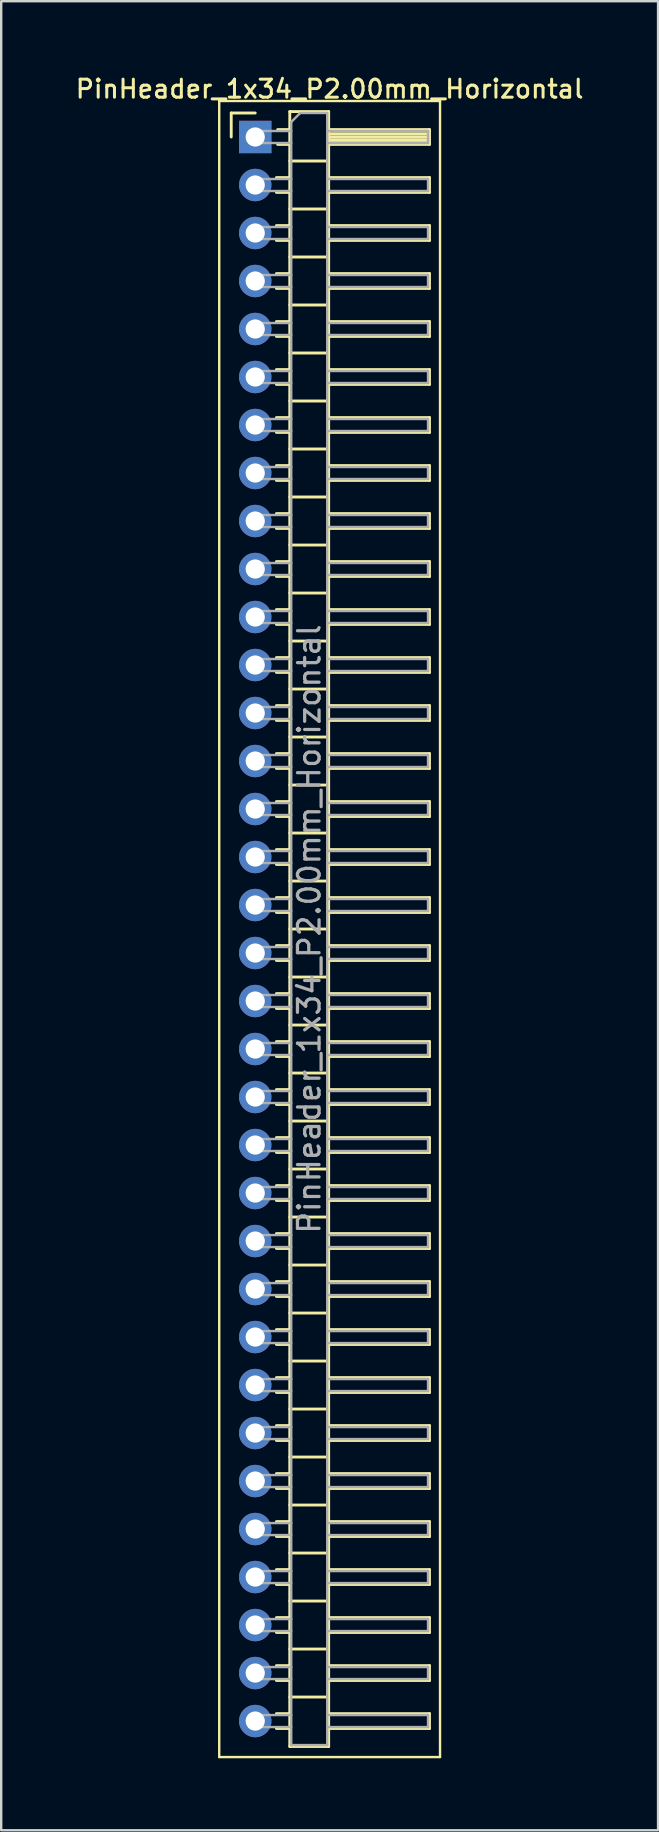
<source format=kicad_pcb>
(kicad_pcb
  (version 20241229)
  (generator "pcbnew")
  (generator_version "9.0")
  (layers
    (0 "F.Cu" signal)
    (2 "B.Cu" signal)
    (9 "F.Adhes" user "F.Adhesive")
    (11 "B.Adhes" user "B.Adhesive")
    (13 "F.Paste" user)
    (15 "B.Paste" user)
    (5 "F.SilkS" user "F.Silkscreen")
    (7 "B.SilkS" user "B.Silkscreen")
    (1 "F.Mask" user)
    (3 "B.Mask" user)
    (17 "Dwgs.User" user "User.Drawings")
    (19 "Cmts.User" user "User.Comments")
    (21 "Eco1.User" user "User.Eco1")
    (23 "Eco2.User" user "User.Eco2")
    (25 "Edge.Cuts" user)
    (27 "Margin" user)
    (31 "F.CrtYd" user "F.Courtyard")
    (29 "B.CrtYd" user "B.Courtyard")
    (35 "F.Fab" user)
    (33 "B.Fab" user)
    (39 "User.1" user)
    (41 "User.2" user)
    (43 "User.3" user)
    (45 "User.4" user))
  (footprint "PinHeader_1x34_P2.00mm_Horizontal"
    (layer "F.Cu")
    (at 7.584 2.658)
    (property "Reference" "PinHeader_1x34_P2.00mm_Horizontal" (at 3.1 -2 0) (layer "F.SilkS") (effects (font (size 0.75 0.75) (thickness 0.125))))
    (attr through_hole)
    (fp_line (start -1.5 -1.5) (end -1.5 67.5) (stroke (width 0.1) (type solid)) (layer "F.SilkS"))
    (fp_line (start -1.5 67.5) (end 7.7 67.5) (stroke (width 0.1) (type solid)) (layer "F.SilkS"))
    (fp_line (start -1 -1) (end 0 -1) (stroke (width 0.12) (type solid)) (layer "F.SilkS"))
    (fp_line (start -1 0) (end -1 -1) (stroke (width 0.12) (type solid)) (layer "F.SilkS"))
    (fp_line (start 0.882 1.69) (end 1.44 1.69) (stroke (width 0.12) (type solid)) (layer "F.SilkS"))
    (fp_line (start 0.882 2.31) (end 1.44 2.31) (stroke (width 0.12) (type solid)) (layer "F.SilkS"))
    (fp_line (start 0.882 3.69) (end 1.44 3.69) (stroke (width 0.12) (type solid)) (layer "F.SilkS"))
    (fp_line (start 0.882 4.31) (end 1.44 4.31) (stroke (width 0.12) (type solid)) (layer "F.SilkS"))
    (fp_line (start 0.882 5.69) (end 1.44 5.69) (stroke (width 0.12) (type solid)) (layer "F.SilkS"))
    (fp_line (start 0.882 6.31) (end 1.44 6.31) (stroke (width 0.12) (type solid)) (layer "F.SilkS"))
    (fp_line (start 0.882 7.69) (end 1.44 7.69) (stroke (width 0.12) (type solid)) (layer "F.SilkS"))
    (fp_line (start 0.882 8.31) (end 1.44 8.31) (stroke (width 0.12) (type solid)) (layer "F.SilkS"))
    (fp_line (start 0.882 9.69) (end 1.44 9.69) (stroke (width 0.12) (type solid)) (layer "F.SilkS"))
    (fp_line (start 0.882 10.31) (end 1.44 10.31) (stroke (width 0.12) (type solid)) (layer "F.SilkS"))
    (fp_line (start 0.882 11.69) (end 1.44 11.69) (stroke (width 0.12) (type solid)) (layer "F.SilkS"))
    (fp_line (start 0.882 12.31) (end 1.44 12.31) (stroke (width 0.12) (type solid)) (layer "F.SilkS"))
    (fp_line (start 0.882 13.69) (end 1.44 13.69) (stroke (width 0.12) (type solid)) (layer "F.SilkS"))
    (fp_line (start 0.882 14.31) (end 1.44 14.31) (stroke (width 0.12) (type solid)) (layer "F.SilkS"))
    (fp_line (start 0.882 15.69) (end 1.44 15.69) (stroke (width 0.12) (type solid)) (layer "F.SilkS"))
    (fp_line (start 0.882 16.31) (end 1.44 16.31) (stroke (width 0.12) (type solid)) (layer "F.SilkS"))
    (fp_line (start 0.882 17.69) (end 1.44 17.69) (stroke (width 0.12) (type solid)) (layer "F.SilkS"))
    (fp_line (start 0.882 18.31) (end 1.44 18.31) (stroke (width 0.12) (type solid)) (layer "F.SilkS"))
    (fp_line (start 0.882 19.69) (end 1.44 19.69) (stroke (width 0.12) (type solid)) (layer "F.SilkS"))
    (fp_line (start 0.882 20.31) (end 1.44 20.31) (stroke (width 0.12) (type solid)) (layer "F.SilkS"))
    (fp_line (start 0.882 21.69) (end 1.44 21.69) (stroke (width 0.12) (type solid)) (layer "F.SilkS"))
    (fp_line (start 0.882 22.31) (end 1.44 22.31) (stroke (width 0.12) (type solid)) (layer "F.SilkS"))
    (fp_line (start 0.882 23.69) (end 1.44 23.69) (stroke (width 0.12) (type solid)) (layer "F.SilkS"))
    (fp_line (start 0.882 24.31) (end 1.44 24.31) (stroke (width 0.12) (type solid)) (layer "F.SilkS"))
    (fp_line (start 0.882 25.69) (end 1.44 25.69) (stroke (width 0.12) (type solid)) (layer "F.SilkS"))
    (fp_line (start 0.882 26.31) (end 1.44 26.31) (stroke (width 0.12) (type solid)) (layer "F.SilkS"))
    (fp_line (start 0.882 27.69) (end 1.44 27.69) (stroke (width 0.12) (type solid)) (layer "F.SilkS"))
    (fp_line (start 0.882 28.31) (end 1.44 28.31) (stroke (width 0.12) (type solid)) (layer "F.SilkS"))
    (fp_line (start 0.882 29.69) (end 1.44 29.69) (stroke (width 0.12) (type solid)) (layer "F.SilkS"))
    (fp_line (start 0.882 30.31) (end 1.44 30.31) (stroke (width 0.12) (type solid)) (layer "F.SilkS"))
    (fp_line (start 0.882 31.69) (end 1.44 31.69) (stroke (width 0.12) (type solid)) (layer "F.SilkS"))
    (fp_line (start 0.882 32.31) (end 1.44 32.31) (stroke (width 0.12) (type solid)) (layer "F.SilkS"))
    (fp_line (start 0.882 33.69) (end 1.44 33.69) (stroke (width 0.12) (type solid)) (layer "F.SilkS"))
    (fp_line (start 0.882 34.31) (end 1.44 34.31) (stroke (width 0.12) (type solid)) (layer "F.SilkS"))
    (fp_line (start 0.882 35.69) (end 1.44 35.69) (stroke (width 0.12) (type solid)) (layer "F.SilkS"))
    (fp_line (start 0.882 36.31) (end 1.44 36.31) (stroke (width 0.12) (type solid)) (layer "F.SilkS"))
    (fp_line (start 0.882 37.69) (end 1.44 37.69) (stroke (width 0.12) (type solid)) (layer "F.SilkS"))
    (fp_line (start 0.882 38.31) (end 1.44 38.31) (stroke (width 0.12) (type solid)) (layer "F.SilkS"))
    (fp_line (start 0.882 39.69) (end 1.44 39.69) (stroke (width 0.12) (type solid)) (layer "F.SilkS"))
    (fp_line (start 0.882 40.31) (end 1.44 40.31) (stroke (width 0.12) (type solid)) (layer "F.SilkS"))
    (fp_line (start 0.882 41.69) (end 1.44 41.69) (stroke (width 0.12) (type solid)) (layer "F.SilkS"))
    (fp_line (start 0.882 42.31) (end 1.44 42.31) (stroke (width 0.12) (type solid)) (layer "F.SilkS"))
    (fp_line (start 0.882 43.69) (end 1.44 43.69) (stroke (width 0.12) (type solid)) (layer "F.SilkS"))
    (fp_line (start 0.882 44.31) (end 1.44 44.31) (stroke (width 0.12) (type solid)) (layer "F.SilkS"))
    (fp_line (start 0.882 45.69) (end 1.44 45.69) (stroke (width 0.12) (type solid)) (layer "F.SilkS"))
    (fp_line (start 0.882 46.31) (end 1.44 46.31) (stroke (width 0.12) (type solid)) (layer "F.SilkS"))
    (fp_line (start 0.882 47.69) (end 1.44 47.69) (stroke (width 0.12) (type solid)) (layer "F.SilkS"))
    (fp_line (start 0.882 48.31) (end 1.44 48.31) (stroke (width 0.12) (type solid)) (layer "F.SilkS"))
    (fp_line (start 0.882 49.69) (end 1.44 49.69) (stroke (width 0.12) (type solid)) (layer "F.SilkS"))
    (fp_line (start 0.882 50.31) (end 1.44 50.31) (stroke (width 0.12) (type solid)) (layer "F.SilkS"))
    (fp_line (start 0.882 51.69) (end 1.44 51.69) (stroke (width 0.12) (type solid)) (layer "F.SilkS"))
    (fp_line (start 0.882 52.31) (end 1.44 52.31) (stroke (width 0.12) (type solid)) (layer "F.SilkS"))
    (fp_line (start 0.882 53.69) (end 1.44 53.69) (stroke (width 0.12) (type solid)) (layer "F.SilkS"))
    (fp_line (start 0.882 54.31) (end 1.44 54.31) (stroke (width 0.12) (type solid)) (layer "F.SilkS"))
    (fp_line (start 0.882 55.69) (end 1.44 55.69) (stroke (width 0.12) (type solid)) (layer "F.SilkS"))
    (fp_line (start 0.882 56.31) (end 1.44 56.31) (stroke (width 0.12) (type solid)) (layer "F.SilkS"))
    (fp_line (start 0.882 57.69) (end 1.44 57.69) (stroke (width 0.12) (type solid)) (layer "F.SilkS"))
    (fp_line (start 0.882 58.31) (end 1.44 58.31) (stroke (width 0.12) (type solid)) (layer "F.SilkS"))
    (fp_line (start 0.882 59.69) (end 1.44 59.69) (stroke (width 0.12) (type solid)) (layer "F.SilkS"))
    (fp_line (start 0.882 60.31) (end 1.44 60.31) (stroke (width 0.12) (type solid)) (layer "F.SilkS"))
    (fp_line (start 0.882 61.69) (end 1.44 61.69) (stroke (width 0.12) (type solid)) (layer "F.SilkS"))
    (fp_line (start 0.882 62.31) (end 1.44 62.31) (stroke (width 0.12) (type solid)) (layer "F.SilkS"))
    (fp_line (start 0.882 63.69) (end 1.44 63.69) (stroke (width 0.12) (type solid)) (layer "F.SilkS"))
    (fp_line (start 0.882 64.31) (end 1.44 64.31) (stroke (width 0.12) (type solid)) (layer "F.SilkS"))
    (fp_line (start 0.882 65.69) (end 1.44 65.69) (stroke (width 0.12) (type solid)) (layer "F.SilkS"))
    (fp_line (start 0.882 66.31) (end 1.44 66.31) (stroke (width 0.12) (type solid)) (layer "F.SilkS"))
    (fp_line (start 0.935 -0.31) (end 1.44 -0.31) (stroke (width 0.12) (type solid)) (layer "F.SilkS"))
    (fp_line (start 0.935 0.31) (end 1.44 0.31) (stroke (width 0.12) (type solid)) (layer "F.SilkS"))
    (fp_line (start 1.44 -1.06) (end 1.44 67.06) (stroke (width 0.12) (type solid)) (layer "F.SilkS"))
    (fp_line (start 1.44 1) (end 3.06 1) (stroke (width 0.12) (type solid)) (layer "F.SilkS"))
    (fp_line (start 1.44 3) (end 3.06 3) (stroke (width 0.12) (type solid)) (layer "F.SilkS"))
    (fp_line (start 1.44 5) (end 3.06 5) (stroke (width 0.12) (type solid)) (layer "F.SilkS"))
    (fp_line (start 1.44 7) (end 3.06 7) (stroke (width 0.12) (type solid)) (layer "F.SilkS"))
    (fp_line (start 1.44 9) (end 3.06 9) (stroke (width 0.12) (type solid)) (layer "F.SilkS"))
    (fp_line (start 1.44 11) (end 3.06 11) (stroke (width 0.12) (type solid)) (layer "F.SilkS"))
    (fp_line (start 1.44 13) (end 3.06 13) (stroke (width 0.12) (type solid)) (layer "F.SilkS"))
    (fp_line (start 1.44 15) (end 3.06 15) (stroke (width 0.12) (type solid)) (layer "F.SilkS"))
    (fp_line (start 1.44 17) (end 3.06 17) (stroke (width 0.12) (type solid)) (layer "F.SilkS"))
    (fp_line (start 1.44 19) (end 3.06 19) (stroke (width 0.12) (type solid)) (layer "F.SilkS"))
    (fp_line (start 1.44 21) (end 3.06 21) (stroke (width 0.12) (type solid)) (layer "F.SilkS"))
    (fp_line (start 1.44 23) (end 3.06 23) (stroke (width 0.12) (type solid)) (layer "F.SilkS"))
    (fp_line (start 1.44 25) (end 3.06 25) (stroke (width 0.12) (type solid)) (layer "F.SilkS"))
    (fp_line (start 1.44 27) (end 3.06 27) (stroke (width 0.12) (type solid)) (layer "F.SilkS"))
    (fp_line (start 1.44 29) (end 3.06 29) (stroke (width 0.12) (type solid)) (layer "F.SilkS"))
    (fp_line (start 1.44 31) (end 3.06 31) (stroke (width 0.12) (type solid)) (layer "F.SilkS"))
    (fp_line (start 1.44 33) (end 3.06 33) (stroke (width 0.12) (type solid)) (layer "F.SilkS"))
    (fp_line (start 1.44 35) (end 3.06 35) (stroke (width 0.12) (type solid)) (layer "F.SilkS"))
    (fp_line (start 1.44 37) (end 3.06 37) (stroke (width 0.12) (type solid)) (layer "F.SilkS"))
    (fp_line (start 1.44 39) (end 3.06 39) (stroke (width 0.12) (type solid)) (layer "F.SilkS"))
    (fp_line (start 1.44 41) (end 3.06 41) (stroke (width 0.12) (type solid)) (layer "F.SilkS"))
    (fp_line (start 1.44 43) (end 3.06 43) (stroke (width 0.12) (type solid)) (layer "F.SilkS"))
    (fp_line (start 1.44 45) (end 3.06 45) (stroke (width 0.12) (type solid)) (layer "F.SilkS"))
    (fp_line (start 1.44 47) (end 3.06 47) (stroke (width 0.12) (type solid)) (layer "F.SilkS"))
    (fp_line (start 1.44 49) (end 3.06 49) (stroke (width 0.12) (type solid)) (layer "F.SilkS"))
    (fp_line (start 1.44 51) (end 3.06 51) (stroke (width 0.12) (type solid)) (layer "F.SilkS"))
    (fp_line (start 1.44 53) (end 3.06 53) (stroke (width 0.12) (type solid)) (layer "F.SilkS"))
    (fp_line (start 1.44 55) (end 3.06 55) (stroke (width 0.12) (type solid)) (layer "F.SilkS"))
    (fp_line (start 1.44 57) (end 3.06 57) (stroke (width 0.12) (type solid)) (layer "F.SilkS"))
    (fp_line (start 1.44 59) (end 3.06 59) (stroke (width 0.12) (type solid)) (layer "F.SilkS"))
    (fp_line (start 1.44 61) (end 3.06 61) (stroke (width 0.12) (type solid)) (layer "F.SilkS"))
    (fp_line (start 1.44 63) (end 3.06 63) (stroke (width 0.12) (type solid)) (layer "F.SilkS"))
    (fp_line (start 1.44 65) (end 3.06 65) (stroke (width 0.12) (type solid)) (layer "F.SilkS"))
    (fp_line (start 1.44 67.06) (end 3.06 67.06) (stroke (width 0.12) (type solid)) (layer "F.SilkS"))
    (fp_line (start 3.06 -1.06) (end 1.44 -1.06) (stroke (width 0.12) (type solid)) (layer "F.SilkS"))
    (fp_line (start 3.06 -0.31) (end 7.26 -0.31) (stroke (width 0.12) (type solid)) (layer "F.SilkS"))
    (fp_line (start 3.06 -0.25) (end 7.26 -0.25) (stroke (width 0.12) (type solid)) (layer "F.SilkS"))
    (fp_line (start 3.06 -0.13) (end 7.26 -0.13) (stroke (width 0.12) (type solid)) (layer "F.SilkS"))
    (fp_line (start 3.06 -0.01) (end 7.26 -0.01) (stroke (width 0.12) (type solid)) (layer "F.SilkS"))
    (fp_line (start 3.06 0.11) (end 7.26 0.11) (stroke (width 0.12) (type solid)) (layer "F.SilkS"))
    (fp_line (start 3.06 0.23) (end 7.26 0.23) (stroke (width 0.12) (type solid)) (layer "F.SilkS"))
    (fp_line (start 3.06 1.69) (end 7.26 1.69) (stroke (width 0.12) (type solid)) (layer "F.SilkS"))
    (fp_line (start 3.06 3.69) (end 7.26 3.69) (stroke (width 0.12) (type solid)) (layer "F.SilkS"))
    (fp_line (start 3.06 5.69) (end 7.26 5.69) (stroke (width 0.12) (type solid)) (layer "F.SilkS"))
    (fp_line (start 3.06 7.69) (end 7.26 7.69) (stroke (width 0.12) (type solid)) (layer "F.SilkS"))
    (fp_line (start 3.06 9.69) (end 7.26 9.69) (stroke (width 0.12) (type solid)) (layer "F.SilkS"))
    (fp_line (start 3.06 11.69) (end 7.26 11.69) (stroke (width 0.12) (type solid)) (layer "F.SilkS"))
    (fp_line (start 3.06 13.69) (end 7.26 13.69) (stroke (width 0.12) (type solid)) (layer "F.SilkS"))
    (fp_line (start 3.06 15.69) (end 7.26 15.69) (stroke (width 0.12) (type solid)) (layer "F.SilkS"))
    (fp_line (start 3.06 17.69) (end 7.26 17.69) (stroke (width 0.12) (type solid)) (layer "F.SilkS"))
    (fp_line (start 3.06 19.69) (end 7.26 19.69) (stroke (width 0.12) (type solid)) (layer "F.SilkS"))
    (fp_line (start 3.06 21.69) (end 7.26 21.69) (stroke (width 0.12) (type solid)) (layer "F.SilkS"))
    (fp_line (start 3.06 23.69) (end 7.26 23.69) (stroke (width 0.12) (type solid)) (layer "F.SilkS"))
    (fp_line (start 3.06 25.69) (end 7.26 25.69) (stroke (width 0.12) (type solid)) (layer "F.SilkS"))
    (fp_line (start 3.06 27.69) (end 7.26 27.69) (stroke (width 0.12) (type solid)) (layer "F.SilkS"))
    (fp_line (start 3.06 29.69) (end 7.26 29.69) (stroke (width 0.12) (type solid)) (layer "F.SilkS"))
    (fp_line (start 3.06 31.69) (end 7.26 31.69) (stroke (width 0.12) (type solid)) (layer "F.SilkS"))
    (fp_line (start 3.06 33.69) (end 7.26 33.69) (stroke (width 0.12) (type solid)) (layer "F.SilkS"))
    (fp_line (start 3.06 35.69) (end 7.26 35.69) (stroke (width 0.12) (type solid)) (layer "F.SilkS"))
    (fp_line (start 3.06 37.69) (end 7.26 37.69) (stroke (width 0.12) (type solid)) (layer "F.SilkS"))
    (fp_line (start 3.06 39.69) (end 7.26 39.69) (stroke (width 0.12) (type solid)) (layer "F.SilkS"))
    (fp_line (start 3.06 41.69) (end 7.26 41.69) (stroke (width 0.12) (type solid)) (layer "F.SilkS"))
    (fp_line (start 3.06 43.69) (end 7.26 43.69) (stroke (width 0.12) (type solid)) (layer "F.SilkS"))
    (fp_line (start 3.06 45.69) (end 7.26 45.69) (stroke (width 0.12) (type solid)) (layer "F.SilkS"))
    (fp_line (start 3.06 47.69) (end 7.26 47.69) (stroke (width 0.12) (type solid)) (layer "F.SilkS"))
    (fp_line (start 3.06 49.69) (end 7.26 49.69) (stroke (width 0.12) (type solid)) (layer "F.SilkS"))
    (fp_line (start 3.06 51.69) (end 7.26 51.69) (stroke (width 0.12) (type solid)) (layer "F.SilkS"))
    (fp_line (start 3.06 53.69) (end 7.26 53.69) (stroke (width 0.12) (type solid)) (layer "F.SilkS"))
    (fp_line (start 3.06 55.69) (end 7.26 55.69) (stroke (width 0.12) (type solid)) (layer "F.SilkS"))
    (fp_line (start 3.06 57.69) (end 7.26 57.69) (stroke (width 0.12) (type solid)) (layer "F.SilkS"))
    (fp_line (start 3.06 59.69) (end 7.26 59.69) (stroke (width 0.12) (type solid)) (layer "F.SilkS"))
    (fp_line (start 3.06 61.69) (end 7.26 61.69) (stroke (width 0.12) (type solid)) (layer "F.SilkS"))
    (fp_line (start 3.06 63.69) (end 7.26 63.69) (stroke (width 0.12) (type solid)) (layer "F.SilkS"))
    (fp_line (start 3.06 65.69) (end 7.26 65.69) (stroke (width 0.12) (type solid)) (layer "F.SilkS"))
    (fp_line (start 3.06 67.06) (end 3.06 -1.06) (stroke (width 0.12) (type solid)) (layer "F.SilkS"))
    (fp_line (start 7.26 -0.31) (end 7.26 0.31) (stroke (width 0.12) (type solid)) (layer "F.SilkS"))
    (fp_line (start 7.26 0.31) (end 3.06 0.31) (stroke (width 0.12) (type solid)) (layer "F.SilkS"))
    (fp_line (start 7.26 1.69) (end 7.26 2.31) (stroke (width 0.12) (type solid)) (layer "F.SilkS"))
    (fp_line (start 7.26 2.31) (end 3.06 2.31) (stroke (width 0.12) (type solid)) (layer "F.SilkS"))
    (fp_line (start 7.26 3.69) (end 7.26 4.31) (stroke (width 0.12) (type solid)) (layer "F.SilkS"))
    (fp_line (start 7.26 4.31) (end 3.06 4.31) (stroke (width 0.12) (type solid)) (layer "F.SilkS"))
    (fp_line (start 7.26 5.69) (end 7.26 6.31) (stroke (width 0.12) (type solid)) (layer "F.SilkS"))
    (fp_line (start 7.26 6.31) (end 3.06 6.31) (stroke (width 0.12) (type solid)) (layer "F.SilkS"))
    (fp_line (start 7.26 7.69) (end 7.26 8.31) (stroke (width 0.12) (type solid)) (layer "F.SilkS"))
    (fp_line (start 7.26 8.31) (end 3.06 8.31) (stroke (width 0.12) (type solid)) (layer "F.SilkS"))
    (fp_line (start 7.26 9.69) (end 7.26 10.31) (stroke (width 0.12) (type solid)) (layer "F.SilkS"))
    (fp_line (start 7.26 10.31) (end 3.06 10.31) (stroke (width 0.12) (type solid)) (layer "F.SilkS"))
    (fp_line (start 7.26 11.69) (end 7.26 12.31) (stroke (width 0.12) (type solid)) (layer "F.SilkS"))
    (fp_line (start 7.26 12.31) (end 3.06 12.31) (stroke (width 0.12) (type solid)) (layer "F.SilkS"))
    (fp_line (start 7.26 13.69) (end 7.26 14.31) (stroke (width 0.12) (type solid)) (layer "F.SilkS"))
    (fp_line (start 7.26 14.31) (end 3.06 14.31) (stroke (width 0.12) (type solid)) (layer "F.SilkS"))
    (fp_line (start 7.26 15.69) (end 7.26 16.31) (stroke (width 0.12) (type solid)) (layer "F.SilkS"))
    (fp_line (start 7.26 16.31) (end 3.06 16.31) (stroke (width 0.12) (type solid)) (layer "F.SilkS"))
    (fp_line (start 7.26 17.69) (end 7.26 18.31) (stroke (width 0.12) (type solid)) (layer "F.SilkS"))
    (fp_line (start 7.26 18.31) (end 3.06 18.31) (stroke (width 0.12) (type solid)) (layer "F.SilkS"))
    (fp_line (start 7.26 19.69) (end 7.26 20.31) (stroke (width 0.12) (type solid)) (layer "F.SilkS"))
    (fp_line (start 7.26 20.31) (end 3.06 20.31) (stroke (width 0.12) (type solid)) (layer "F.SilkS"))
    (fp_line (start 7.26 21.69) (end 7.26 22.31) (stroke (width 0.12) (type solid)) (layer "F.SilkS"))
    (fp_line (start 7.26 22.31) (end 3.06 22.31) (stroke (width 0.12) (type solid)) (layer "F.SilkS"))
    (fp_line (start 7.26 23.69) (end 7.26 24.31) (stroke (width 0.12) (type solid)) (layer "F.SilkS"))
    (fp_line (start 7.26 24.31) (end 3.06 24.31) (stroke (width 0.12) (type solid)) (layer "F.SilkS"))
    (fp_line (start 7.26 25.69) (end 7.26 26.31) (stroke (width 0.12) (type solid)) (layer "F.SilkS"))
    (fp_line (start 7.26 26.31) (end 3.06 26.31) (stroke (width 0.12) (type solid)) (layer "F.SilkS"))
    (fp_line (start 7.26 27.69) (end 7.26 28.31) (stroke (width 0.12) (type solid)) (layer "F.SilkS"))
    (fp_line (start 7.26 28.31) (end 3.06 28.31) (stroke (width 0.12) (type solid)) (layer "F.SilkS"))
    (fp_line (start 7.26 29.69) (end 7.26 30.31) (stroke (width 0.12) (type solid)) (layer "F.SilkS"))
    (fp_line (start 7.26 30.31) (end 3.06 30.31) (stroke (width 0.12) (type solid)) (layer "F.SilkS"))
    (fp_line (start 7.26 31.69) (end 7.26 32.31) (stroke (width 0.12) (type solid)) (layer "F.SilkS"))
    (fp_line (start 7.26 32.31) (end 3.06 32.31) (stroke (width 0.12) (type solid)) (layer "F.SilkS"))
    (fp_line (start 7.26 33.69) (end 7.26 34.31) (stroke (width 0.12) (type solid)) (layer "F.SilkS"))
    (fp_line (start 7.26 34.31) (end 3.06 34.31) (stroke (width 0.12) (type solid)) (layer "F.SilkS"))
    (fp_line (start 7.26 35.69) (end 7.26 36.31) (stroke (width 0.12) (type solid)) (layer "F.SilkS"))
    (fp_line (start 7.26 36.31) (end 3.06 36.31) (stroke (width 0.12) (type solid)) (layer "F.SilkS"))
    (fp_line (start 7.26 37.69) (end 7.26 38.31) (stroke (width 0.12) (type solid)) (layer "F.SilkS"))
    (fp_line (start 7.26 38.31) (end 3.06 38.31) (stroke (width 0.12) (type solid)) (layer "F.SilkS"))
    (fp_line (start 7.26 39.69) (end 7.26 40.31) (stroke (width 0.12) (type solid)) (layer "F.SilkS"))
    (fp_line (start 7.26 40.31) (end 3.06 40.31) (stroke (width 0.12) (type solid)) (layer "F.SilkS"))
    (fp_line (start 7.26 41.69) (end 7.26 42.31) (stroke (width 0.12) (type solid)) (layer "F.SilkS"))
    (fp_line (start 7.26 42.31) (end 3.06 42.31) (stroke (width 0.12) (type solid)) (layer "F.SilkS"))
    (fp_line (start 7.26 43.69) (end 7.26 44.31) (stroke (width 0.12) (type solid)) (layer "F.SilkS"))
    (fp_line (start 7.26 44.31) (end 3.06 44.31) (stroke (width 0.12) (type solid)) (layer "F.SilkS"))
    (fp_line (start 7.26 45.69) (end 7.26 46.31) (stroke (width 0.12) (type solid)) (layer "F.SilkS"))
    (fp_line (start 7.26 46.31) (end 3.06 46.31) (stroke (width 0.12) (type solid)) (layer "F.SilkS"))
    (fp_line (start 7.26 47.69) (end 7.26 48.31) (stroke (width 0.12) (type solid)) (layer "F.SilkS"))
    (fp_line (start 7.26 48.31) (end 3.06 48.31) (stroke (width 0.12) (type solid)) (layer "F.SilkS"))
    (fp_line (start 7.26 49.69) (end 7.26 50.31) (stroke (width 0.12) (type solid)) (layer "F.SilkS"))
    (fp_line (start 7.26 50.31) (end 3.06 50.31) (stroke (width 0.12) (type solid)) (layer "F.SilkS"))
    (fp_line (start 7.26 51.69) (end 7.26 52.31) (stroke (width 0.12) (type solid)) (layer "F.SilkS"))
    (fp_line (start 7.26 52.31) (end 3.06 52.31) (stroke (width 0.12) (type solid)) (layer "F.SilkS"))
    (fp_line (start 7.26 53.69) (end 7.26 54.31) (stroke (width 0.12) (type solid)) (layer "F.SilkS"))
    (fp_line (start 7.26 54.31) (end 3.06 54.31) (stroke (width 0.12) (type solid)) (layer "F.SilkS"))
    (fp_line (start 7.26 55.69) (end 7.26 56.31) (stroke (width 0.12) (type solid)) (layer "F.SilkS"))
    (fp_line (start 7.26 56.31) (end 3.06 56.31) (stroke (width 0.12) (type solid)) (layer "F.SilkS"))
    (fp_line (start 7.26 57.69) (end 7.26 58.31) (stroke (width 0.12) (type solid)) (layer "F.SilkS"))
    (fp_line (start 7.26 58.31) (end 3.06 58.31) (stroke (width 0.12) (type solid)) (layer "F.SilkS"))
    (fp_line (start 7.26 59.69) (end 7.26 60.31) (stroke (width 0.12) (type solid)) (layer "F.SilkS"))
    (fp_line (start 7.26 60.31) (end 3.06 60.31) (stroke (width 0.12) (type solid)) (layer "F.SilkS"))
    (fp_line (start 7.26 61.69) (end 7.26 62.31) (stroke (width 0.12) (type solid)) (layer "F.SilkS"))
    (fp_line (start 7.26 62.31) (end 3.06 62.31) (stroke (width 0.12) (type solid)) (layer "F.SilkS"))
    (fp_line (start 7.26 63.69) (end 7.26 64.31) (stroke (width 0.12) (type solid)) (layer "F.SilkS"))
    (fp_line (start 7.26 64.31) (end 3.06 64.31) (stroke (width 0.12) (type solid)) (layer "F.SilkS"))
    (fp_line (start 7.26 65.69) (end 7.26 66.31) (stroke (width 0.12) (type solid)) (layer "F.SilkS"))
    (fp_line (start 7.26 66.31) (end 3.06 66.31) (stroke (width 0.12) (type solid)) (layer "F.SilkS"))
    (fp_line (start 7.7 -1.5) (end -1.5 -1.5) (stroke (width 0.1) (type solid)) (layer "F.SilkS"))
    (fp_line (start 7.7 67.5) (end 7.7 -1.5) (stroke (width 0.1) (type solid)) (layer "F.SilkS"))
    (fp_line (start -0.25 -0.25) (end -0.25 0.25) (stroke (width 0.1) (type solid)) (layer "F.Fab"))
    (fp_line (start -0.25 -0.25) (end 1.5 -0.25) (stroke (width 0.1) (type solid)) (layer "F.Fab"))
    (fp_line (start -0.25 0.25) (end 1.5 0.25) (stroke (width 0.1) (type solid)) (layer "F.Fab"))
    (fp_line (start -0.25 1.75) (end -0.25 2.25) (stroke (width 0.1) (type solid)) (layer "F.Fab"))
    (fp_line (start -0.25 1.75) (end 1.5 1.75) (stroke (width 0.1) (type solid)) (layer "F.Fab"))
    (fp_line (start -0.25 2.25) (end 1.5 2.25) (stroke (width 0.1) (type solid)) (layer "F.Fab"))
    (fp_line (start -0.25 3.75) (end -0.25 4.25) (stroke (width 0.1) (type solid)) (layer "F.Fab"))
    (fp_line (start -0.25 3.75) (end 1.5 3.75) (stroke (width 0.1) (type solid)) (layer "F.Fab"))
    (fp_line (start -0.25 4.25) (end 1.5 4.25) (stroke (width 0.1) (type solid)) (layer "F.Fab"))
    (fp_line (start -0.25 5.75) (end -0.25 6.25) (stroke (width 0.1) (type solid)) (layer "F.Fab"))
    (fp_line (start -0.25 5.75) (end 1.5 5.75) (stroke (width 0.1) (type solid)) (layer "F.Fab"))
    (fp_line (start -0.25 6.25) (end 1.5 6.25) (stroke (width 0.1) (type solid)) (layer "F.Fab"))
    (fp_line (start -0.25 7.75) (end -0.25 8.25) (stroke (width 0.1) (type solid)) (layer "F.Fab"))
    (fp_line (start -0.25 7.75) (end 1.5 7.75) (stroke (width 0.1) (type solid)) (layer "F.Fab"))
    (fp_line (start -0.25 8.25) (end 1.5 8.25) (stroke (width 0.1) (type solid)) (layer "F.Fab"))
    (fp_line (start -0.25 9.75) (end -0.25 10.25) (stroke (width 0.1) (type solid)) (layer "F.Fab"))
    (fp_line (start -0.25 9.75) (end 1.5 9.75) (stroke (width 0.1) (type solid)) (layer "F.Fab"))
    (fp_line (start -0.25 10.25) (end 1.5 10.25) (stroke (width 0.1) (type solid)) (layer "F.Fab"))
    (fp_line (start -0.25 11.75) (end -0.25 12.25) (stroke (width 0.1) (type solid)) (layer "F.Fab"))
    (fp_line (start -0.25 11.75) (end 1.5 11.75) (stroke (width 0.1) (type solid)) (layer "F.Fab"))
    (fp_line (start -0.25 12.25) (end 1.5 12.25) (stroke (width 0.1) (type solid)) (layer "F.Fab"))
    (fp_line (start -0.25 13.75) (end -0.25 14.25) (stroke (width 0.1) (type solid)) (layer "F.Fab"))
    (fp_line (start -0.25 13.75) (end 1.5 13.75) (stroke (width 0.1) (type solid)) (layer "F.Fab"))
    (fp_line (start -0.25 14.25) (end 1.5 14.25) (stroke (width 0.1) (type solid)) (layer "F.Fab"))
    (fp_line (start -0.25 15.75) (end -0.25 16.25) (stroke (width 0.1) (type solid)) (layer "F.Fab"))
    (fp_line (start -0.25 15.75) (end 1.5 15.75) (stroke (width 0.1) (type solid)) (layer "F.Fab"))
    (fp_line (start -0.25 16.25) (end 1.5 16.25) (stroke (width 0.1) (type solid)) (layer "F.Fab"))
    (fp_line (start -0.25 17.75) (end -0.25 18.25) (stroke (width 0.1) (type solid)) (layer "F.Fab"))
    (fp_line (start -0.25 17.75) (end 1.5 17.75) (stroke (width 0.1) (type solid)) (layer "F.Fab"))
    (fp_line (start -0.25 18.25) (end 1.5 18.25) (stroke (width 0.1) (type solid)) (layer "F.Fab"))
    (fp_line (start -0.25 19.75) (end -0.25 20.25) (stroke (width 0.1) (type solid)) (layer "F.Fab"))
    (fp_line (start -0.25 19.75) (end 1.5 19.75) (stroke (width 0.1) (type solid)) (layer "F.Fab"))
    (fp_line (start -0.25 20.25) (end 1.5 20.25) (stroke (width 0.1) (type solid)) (layer "F.Fab"))
    (fp_line (start -0.25 21.75) (end -0.25 22.25) (stroke (width 0.1) (type solid)) (layer "F.Fab"))
    (fp_line (start -0.25 21.75) (end 1.5 21.75) (stroke (width 0.1) (type solid)) (layer "F.Fab"))
    (fp_line (start -0.25 22.25) (end 1.5 22.25) (stroke (width 0.1) (type solid)) (layer "F.Fab"))
    (fp_line (start -0.25 23.75) (end -0.25 24.25) (stroke (width 0.1) (type solid)) (layer "F.Fab"))
    (fp_line (start -0.25 23.75) (end 1.5 23.75) (stroke (width 0.1) (type solid)) (layer "F.Fab"))
    (fp_line (start -0.25 24.25) (end 1.5 24.25) (stroke (width 0.1) (type solid)) (layer "F.Fab"))
    (fp_line (start -0.25 25.75) (end -0.25 26.25) (stroke (width 0.1) (type solid)) (layer "F.Fab"))
    (fp_line (start -0.25 25.75) (end 1.5 25.75) (stroke (width 0.1) (type solid)) (layer "F.Fab"))
    (fp_line (start -0.25 26.25) (end 1.5 26.25) (stroke (width 0.1) (type solid)) (layer "F.Fab"))
    (fp_line (start -0.25 27.75) (end -0.25 28.25) (stroke (width 0.1) (type solid)) (layer "F.Fab"))
    (fp_line (start -0.25 27.75) (end 1.5 27.75) (stroke (width 0.1) (type solid)) (layer "F.Fab"))
    (fp_line (start -0.25 28.25) (end 1.5 28.25) (stroke (width 0.1) (type solid)) (layer "F.Fab"))
    (fp_line (start -0.25 29.75) (end -0.25 30.25) (stroke (width 0.1) (type solid)) (layer "F.Fab"))
    (fp_line (start -0.25 29.75) (end 1.5 29.75) (stroke (width 0.1) (type solid)) (layer "F.Fab"))
    (fp_line (start -0.25 30.25) (end 1.5 30.25) (stroke (width 0.1) (type solid)) (layer "F.Fab"))
    (fp_line (start -0.25 31.75) (end -0.25 32.25) (stroke (width 0.1) (type solid)) (layer "F.Fab"))
    (fp_line (start -0.25 31.75) (end 1.5 31.75) (stroke (width 0.1) (type solid)) (layer "F.Fab"))
    (fp_line (start -0.25 32.25) (end 1.5 32.25) (stroke (width 0.1) (type solid)) (layer "F.Fab"))
    (fp_line (start -0.25 33.75) (end -0.25 34.25) (stroke (width 0.1) (type solid)) (layer "F.Fab"))
    (fp_line (start -0.25 33.75) (end 1.5 33.75) (stroke (width 0.1) (type solid)) (layer "F.Fab"))
    (fp_line (start -0.25 34.25) (end 1.5 34.25) (stroke (width 0.1) (type solid)) (layer "F.Fab"))
    (fp_line (start -0.25 35.75) (end -0.25 36.25) (stroke (width 0.1) (type solid)) (layer "F.Fab"))
    (fp_line (start -0.25 35.75) (end 1.5 35.75) (stroke (width 0.1) (type solid)) (layer "F.Fab"))
    (fp_line (start -0.25 36.25) (end 1.5 36.25) (stroke (width 0.1) (type solid)) (layer "F.Fab"))
    (fp_line (start -0.25 37.75) (end -0.25 38.25) (stroke (width 0.1) (type solid)) (layer "F.Fab"))
    (fp_line (start -0.25 37.75) (end 1.5 37.75) (stroke (width 0.1) (type solid)) (layer "F.Fab"))
    (fp_line (start -0.25 38.25) (end 1.5 38.25) (stroke (width 0.1) (type solid)) (layer "F.Fab"))
    (fp_line (start -0.25 39.75) (end -0.25 40.25) (stroke (width 0.1) (type solid)) (layer "F.Fab"))
    (fp_line (start -0.25 39.75) (end 1.5 39.75) (stroke (width 0.1) (type solid)) (layer "F.Fab"))
    (fp_line (start -0.25 40.25) (end 1.5 40.25) (stroke (width 0.1) (type solid)) (layer "F.Fab"))
    (fp_line (start -0.25 41.75) (end -0.25 42.25) (stroke (width 0.1) (type solid)) (layer "F.Fab"))
    (fp_line (start -0.25 41.75) (end 1.5 41.75) (stroke (width 0.1) (type solid)) (layer "F.Fab"))
    (fp_line (start -0.25 42.25) (end 1.5 42.25) (stroke (width 0.1) (type solid)) (layer "F.Fab"))
    (fp_line (start -0.25 43.75) (end -0.25 44.25) (stroke (width 0.1) (type solid)) (layer "F.Fab"))
    (fp_line (start -0.25 43.75) (end 1.5 43.75) (stroke (width 0.1) (type solid)) (layer "F.Fab"))
    (fp_line (start -0.25 44.25) (end 1.5 44.25) (stroke (width 0.1) (type solid)) (layer "F.Fab"))
    (fp_line (start -0.25 45.75) (end -0.25 46.25) (stroke (width 0.1) (type solid)) (layer "F.Fab"))
    (fp_line (start -0.25 45.75) (end 1.5 45.75) (stroke (width 0.1) (type solid)) (layer "F.Fab"))
    (fp_line (start -0.25 46.25) (end 1.5 46.25) (stroke (width 0.1) (type solid)) (layer "F.Fab"))
    (fp_line (start -0.25 47.75) (end -0.25 48.25) (stroke (width 0.1) (type solid)) (layer "F.Fab"))
    (fp_line (start -0.25 47.75) (end 1.5 47.75) (stroke (width 0.1) (type solid)) (layer "F.Fab"))
    (fp_line (start -0.25 48.25) (end 1.5 48.25) (stroke (width 0.1) (type solid)) (layer "F.Fab"))
    (fp_line (start -0.25 49.75) (end -0.25 50.25) (stroke (width 0.1) (type solid)) (layer "F.Fab"))
    (fp_line (start -0.25 49.75) (end 1.5 49.75) (stroke (width 0.1) (type solid)) (layer "F.Fab"))
    (fp_line (start -0.25 50.25) (end 1.5 50.25) (stroke (width 0.1) (type solid)) (layer "F.Fab"))
    (fp_line (start -0.25 51.75) (end -0.25 52.25) (stroke (width 0.1) (type solid)) (layer "F.Fab"))
    (fp_line (start -0.25 51.75) (end 1.5 51.75) (stroke (width 0.1) (type solid)) (layer "F.Fab"))
    (fp_line (start -0.25 52.25) (end 1.5 52.25) (stroke (width 0.1) (type solid)) (layer "F.Fab"))
    (fp_line (start -0.25 53.75) (end -0.25 54.25) (stroke (width 0.1) (type solid)) (layer "F.Fab"))
    (fp_line (start -0.25 53.75) (end 1.5 53.75) (stroke (width 0.1) (type solid)) (layer "F.Fab"))
    (fp_line (start -0.25 54.25) (end 1.5 54.25) (stroke (width 0.1) (type solid)) (layer "F.Fab"))
    (fp_line (start -0.25 55.75) (end -0.25 56.25) (stroke (width 0.1) (type solid)) (layer "F.Fab"))
    (fp_line (start -0.25 55.75) (end 1.5 55.75) (stroke (width 0.1) (type solid)) (layer "F.Fab"))
    (fp_line (start -0.25 56.25) (end 1.5 56.25) (stroke (width 0.1) (type solid)) (layer "F.Fab"))
    (fp_line (start -0.25 57.75) (end -0.25 58.25) (stroke (width 0.1) (type solid)) (layer "F.Fab"))
    (fp_line (start -0.25 57.75) (end 1.5 57.75) (stroke (width 0.1) (type solid)) (layer "F.Fab"))
    (fp_line (start -0.25 58.25) (end 1.5 58.25) (stroke (width 0.1) (type solid)) (layer "F.Fab"))
    (fp_line (start -0.25 59.75) (end -0.25 60.25) (stroke (width 0.1) (type solid)) (layer "F.Fab"))
    (fp_line (start -0.25 59.75) (end 1.5 59.75) (stroke (width 0.1) (type solid)) (layer "F.Fab"))
    (fp_line (start -0.25 60.25) (end 1.5 60.25) (stroke (width 0.1) (type solid)) (layer "F.Fab"))
    (fp_line (start -0.25 61.75) (end -0.25 62.25) (stroke (width 0.1) (type solid)) (layer "F.Fab"))
    (fp_line (start -0.25 61.75) (end 1.5 61.75) (stroke (width 0.1) (type solid)) (layer "F.Fab"))
    (fp_line (start -0.25 62.25) (end 1.5 62.25) (stroke (width 0.1) (type solid)) (layer "F.Fab"))
    (fp_line (start -0.25 63.75) (end -0.25 64.25) (stroke (width 0.1) (type solid)) (layer "F.Fab"))
    (fp_line (start -0.25 63.75) (end 1.5 63.75) (stroke (width 0.1) (type solid)) (layer "F.Fab"))
    (fp_line (start -0.25 64.25) (end 1.5 64.25) (stroke (width 0.1) (type solid)) (layer "F.Fab"))
    (fp_line (start -0.25 65.75) (end -0.25 66.25) (stroke (width 0.1) (type solid)) (layer "F.Fab"))
    (fp_line (start -0.25 65.75) (end 1.5 65.75) (stroke (width 0.1) (type solid)) (layer "F.Fab"))
    (fp_line (start -0.25 66.25) (end 1.5 66.25) (stroke (width 0.1) (type solid)) (layer "F.Fab"))
    (fp_line (start 1.5 -0.625) (end 1.875 -1) (stroke (width 0.1) (type solid)) (layer "F.Fab"))
    (fp_line (start 1.5 67) (end 1.5 -0.625) (stroke (width 0.1) (type solid)) (layer "F.Fab"))
    (fp_line (start 1.875 -1) (end 3 -1) (stroke (width 0.1) (type solid)) (layer "F.Fab"))
    (fp_line (start 3 -1) (end 3 67) (stroke (width 0.1) (type solid)) (layer "F.Fab"))
    (fp_line (start 3 -0.25) (end 7.2 -0.25) (stroke (width 0.1) (type solid)) (layer "F.Fab"))
    (fp_line (start 3 0.25) (end 7.2 0.25) (stroke (width 0.1) (type solid)) (layer "F.Fab"))
    (fp_line (start 3 1.75) (end 7.2 1.75) (stroke (width 0.1) (type solid)) (layer "F.Fab"))
    (fp_line (start 3 2.25) (end 7.2 2.25) (stroke (width 0.1) (type solid)) (layer "F.Fab"))
    (fp_line (start 3 3.75) (end 7.2 3.75) (stroke (width 0.1) (type solid)) (layer "F.Fab"))
    (fp_line (start 3 4.25) (end 7.2 4.25) (stroke (width 0.1) (type solid)) (layer "F.Fab"))
    (fp_line (start 3 5.75) (end 7.2 5.75) (stroke (width 0.1) (type solid)) (layer "F.Fab"))
    (fp_line (start 3 6.25) (end 7.2 6.25) (stroke (width 0.1) (type solid)) (layer "F.Fab"))
    (fp_line (start 3 7.75) (end 7.2 7.75) (stroke (width 0.1) (type solid)) (layer "F.Fab"))
    (fp_line (start 3 8.25) (end 7.2 8.25) (stroke (width 0.1) (type solid)) (layer "F.Fab"))
    (fp_line (start 3 9.75) (end 7.2 9.75) (stroke (width 0.1) (type solid)) (layer "F.Fab"))
    (fp_line (start 3 10.25) (end 7.2 10.25) (stroke (width 0.1) (type solid)) (layer "F.Fab"))
    (fp_line (start 3 11.75) (end 7.2 11.75) (stroke (width 0.1) (type solid)) (layer "F.Fab"))
    (fp_line (start 3 12.25) (end 7.2 12.25) (stroke (width 0.1) (type solid)) (layer "F.Fab"))
    (fp_line (start 3 13.75) (end 7.2 13.75) (stroke (width 0.1) (type solid)) (layer "F.Fab"))
    (fp_line (start 3 14.25) (end 7.2 14.25) (stroke (width 0.1) (type solid)) (layer "F.Fab"))
    (fp_line (start 3 15.75) (end 7.2 15.75) (stroke (width 0.1) (type solid)) (layer "F.Fab"))
    (fp_line (start 3 16.25) (end 7.2 16.25) (stroke (width 0.1) (type solid)) (layer "F.Fab"))
    (fp_line (start 3 17.75) (end 7.2 17.75) (stroke (width 0.1) (type solid)) (layer "F.Fab"))
    (fp_line (start 3 18.25) (end 7.2 18.25) (stroke (width 0.1) (type solid)) (layer "F.Fab"))
    (fp_line (start 3 19.75) (end 7.2 19.75) (stroke (width 0.1) (type solid)) (layer "F.Fab"))
    (fp_line (start 3 20.25) (end 7.2 20.25) (stroke (width 0.1) (type solid)) (layer "F.Fab"))
    (fp_line (start 3 21.75) (end 7.2 21.75) (stroke (width 0.1) (type solid)) (layer "F.Fab"))
    (fp_line (start 3 22.25) (end 7.2 22.25) (stroke (width 0.1) (type solid)) (layer "F.Fab"))
    (fp_line (start 3 23.75) (end 7.2 23.75) (stroke (width 0.1) (type solid)) (layer "F.Fab"))
    (fp_line (start 3 24.25) (end 7.2 24.25) (stroke (width 0.1) (type solid)) (layer "F.Fab"))
    (fp_line (start 3 25.75) (end 7.2 25.75) (stroke (width 0.1) (type solid)) (layer "F.Fab"))
    (fp_line (start 3 26.25) (end 7.2 26.25) (stroke (width 0.1) (type solid)) (layer "F.Fab"))
    (fp_line (start 3 27.75) (end 7.2 27.75) (stroke (width 0.1) (type solid)) (layer "F.Fab"))
    (fp_line (start 3 28.25) (end 7.2 28.25) (stroke (width 0.1) (type solid)) (layer "F.Fab"))
    (fp_line (start 3 29.75) (end 7.2 29.75) (stroke (width 0.1) (type solid)) (layer "F.Fab"))
    (fp_line (start 3 30.25) (end 7.2 30.25) (stroke (width 0.1) (type solid)) (layer "F.Fab"))
    (fp_line (start 3 31.75) (end 7.2 31.75) (stroke (width 0.1) (type solid)) (layer "F.Fab"))
    (fp_line (start 3 32.25) (end 7.2 32.25) (stroke (width 0.1) (type solid)) (layer "F.Fab"))
    (fp_line (start 3 33.75) (end 7.2 33.75) (stroke (width 0.1) (type solid)) (layer "F.Fab"))
    (fp_line (start 3 34.25) (end 7.2 34.25) (stroke (width 0.1) (type solid)) (layer "F.Fab"))
    (fp_line (start 3 35.75) (end 7.2 35.75) (stroke (width 0.1) (type solid)) (layer "F.Fab"))
    (fp_line (start 3 36.25) (end 7.2 36.25) (stroke (width 0.1) (type solid)) (layer "F.Fab"))
    (fp_line (start 3 37.75) (end 7.2 37.75) (stroke (width 0.1) (type solid)) (layer "F.Fab"))
    (fp_line (start 3 38.25) (end 7.2 38.25) (stroke (width 0.1) (type solid)) (layer "F.Fab"))
    (fp_line (start 3 39.75) (end 7.2 39.75) (stroke (width 0.1) (type solid)) (layer "F.Fab"))
    (fp_line (start 3 40.25) (end 7.2 40.25) (stroke (width 0.1) (type solid)) (layer "F.Fab"))
    (fp_line (start 3 41.75) (end 7.2 41.75) (stroke (width 0.1) (type solid)) (layer "F.Fab"))
    (fp_line (start 3 42.25) (end 7.2 42.25) (stroke (width 0.1) (type solid)) (layer "F.Fab"))
    (fp_line (start 3 43.75) (end 7.2 43.75) (stroke (width 0.1) (type solid)) (layer "F.Fab"))
    (fp_line (start 3 44.25) (end 7.2 44.25) (stroke (width 0.1) (type solid)) (layer "F.Fab"))
    (fp_line (start 3 45.75) (end 7.2 45.75) (stroke (width 0.1) (type solid)) (layer "F.Fab"))
    (fp_line (start 3 46.25) (end 7.2 46.25) (stroke (width 0.1) (type solid)) (layer "F.Fab"))
    (fp_line (start 3 47.75) (end 7.2 47.75) (stroke (width 0.1) (type solid)) (layer "F.Fab"))
    (fp_line (start 3 48.25) (end 7.2 48.25) (stroke (width 0.1) (type solid)) (layer "F.Fab"))
    (fp_line (start 3 49.75) (end 7.2 49.75) (stroke (width 0.1) (type solid)) (layer "F.Fab"))
    (fp_line (start 3 50.25) (end 7.2 50.25) (stroke (width 0.1) (type solid)) (layer "F.Fab"))
    (fp_line (start 3 51.75) (end 7.2 51.75) (stroke (width 0.1) (type solid)) (layer "F.Fab"))
    (fp_line (start 3 52.25) (end 7.2 52.25) (stroke (width 0.1) (type solid)) (layer "F.Fab"))
    (fp_line (start 3 53.75) (end 7.2 53.75) (stroke (width 0.1) (type solid)) (layer "F.Fab"))
    (fp_line (start 3 54.25) (end 7.2 54.25) (stroke (width 0.1) (type solid)) (layer "F.Fab"))
    (fp_line (start 3 55.75) (end 7.2 55.75) (stroke (width 0.1) (type solid)) (layer "F.Fab"))
    (fp_line (start 3 56.25) (end 7.2 56.25) (stroke (width 0.1) (type solid)) (layer "F.Fab"))
    (fp_line (start 3 57.75) (end 7.2 57.75) (stroke (width 0.1) (type solid)) (layer "F.Fab"))
    (fp_line (start 3 58.25) (end 7.2 58.25) (stroke (width 0.1) (type solid)) (layer "F.Fab"))
    (fp_line (start 3 59.75) (end 7.2 59.75) (stroke (width 0.1) (type solid)) (layer "F.Fab"))
    (fp_line (start 3 60.25) (end 7.2 60.25) (stroke (width 0.1) (type solid)) (layer "F.Fab"))
    (fp_line (start 3 61.75) (end 7.2 61.75) (stroke (width 0.1) (type solid)) (layer "F.Fab"))
    (fp_line (start 3 62.25) (end 7.2 62.25) (stroke (width 0.1) (type solid)) (layer "F.Fab"))
    (fp_line (start 3 63.75) (end 7.2 63.75) (stroke (width 0.1) (type solid)) (layer "F.Fab"))
    (fp_line (start 3 64.25) (end 7.2 64.25) (stroke (width 0.1) (type solid)) (layer "F.Fab"))
    (fp_line (start 3 65.75) (end 7.2 65.75) (stroke (width 0.1) (type solid)) (layer "F.Fab"))
    (fp_line (start 3 66.25) (end 7.2 66.25) (stroke (width 0.1) (type solid)) (layer "F.Fab"))
    (fp_line (start 3 67) (end 1.5 67) (stroke (width 0.1) (type solid)) (layer "F.Fab"))
    (fp_line (start 7.2 -0.25) (end 7.2 0.25) (stroke (width 0.1) (type solid)) (layer "F.Fab"))
    (fp_line (start 7.2 1.75) (end 7.2 2.25) (stroke (width 0.1) (type solid)) (layer "F.Fab"))
    (fp_line (start 7.2 3.75) (end 7.2 4.25) (stroke (width 0.1) (type solid)) (layer "F.Fab"))
    (fp_line (start 7.2 5.75) (end 7.2 6.25) (stroke (width 0.1) (type solid)) (layer "F.Fab"))
    (fp_line (start 7.2 7.75) (end 7.2 8.25) (stroke (width 0.1) (type solid)) (layer "F.Fab"))
    (fp_line (start 7.2 9.75) (end 7.2 10.25) (stroke (width 0.1) (type solid)) (layer "F.Fab"))
    (fp_line (start 7.2 11.75) (end 7.2 12.25) (stroke (width 0.1) (type solid)) (layer "F.Fab"))
    (fp_line (start 7.2 13.75) (end 7.2 14.25) (stroke (width 0.1) (type solid)) (layer "F.Fab"))
    (fp_line (start 7.2 15.75) (end 7.2 16.25) (stroke (width 0.1) (type solid)) (layer "F.Fab"))
    (fp_line (start 7.2 17.75) (end 7.2 18.25) (stroke (width 0.1) (type solid)) (layer "F.Fab"))
    (fp_line (start 7.2 19.75) (end 7.2 20.25) (stroke (width 0.1) (type solid)) (layer "F.Fab"))
    (fp_line (start 7.2 21.75) (end 7.2 22.25) (stroke (width 0.1) (type solid)) (layer "F.Fab"))
    (fp_line (start 7.2 23.75) (end 7.2 24.25) (stroke (width 0.1) (type solid)) (layer "F.Fab"))
    (fp_line (start 7.2 25.75) (end 7.2 26.25) (stroke (width 0.1) (type solid)) (layer "F.Fab"))
    (fp_line (start 7.2 27.75) (end 7.2 28.25) (stroke (width 0.1) (type solid)) (layer "F.Fab"))
    (fp_line (start 7.2 29.75) (end 7.2 30.25) (stroke (width 0.1) (type solid)) (layer "F.Fab"))
    (fp_line (start 7.2 31.75) (end 7.2 32.25) (stroke (width 0.1) (type solid)) (layer "F.Fab"))
    (fp_line (start 7.2 33.75) (end 7.2 34.25) (stroke (width 0.1) (type solid)) (layer "F.Fab"))
    (fp_line (start 7.2 35.75) (end 7.2 36.25) (stroke (width 0.1) (type solid)) (layer "F.Fab"))
    (fp_line (start 7.2 37.75) (end 7.2 38.25) (stroke (width 0.1) (type solid)) (layer "F.Fab"))
    (fp_line (start 7.2 39.75) (end 7.2 40.25) (stroke (width 0.1) (type solid)) (layer "F.Fab"))
    (fp_line (start 7.2 41.75) (end 7.2 42.25) (stroke (width 0.1) (type solid)) (layer "F.Fab"))
    (fp_line (start 7.2 43.75) (end 7.2 44.25) (stroke (width 0.1) (type solid)) (layer "F.Fab"))
    (fp_line (start 7.2 45.75) (end 7.2 46.25) (stroke (width 0.1) (type solid)) (layer "F.Fab"))
    (fp_line (start 7.2 47.75) (end 7.2 48.25) (stroke (width 0.1) (type solid)) (layer "F.Fab"))
    (fp_line (start 7.2 49.75) (end 7.2 50.25) (stroke (width 0.1) (type solid)) (layer "F.Fab"))
    (fp_line (start 7.2 51.75) (end 7.2 52.25) (stroke (width 0.1) (type solid)) (layer "F.Fab"))
    (fp_line (start 7.2 53.75) (end 7.2 54.25) (stroke (width 0.1) (type solid)) (layer "F.Fab"))
    (fp_line (start 7.2 55.75) (end 7.2 56.25) (stroke (width 0.1) (type solid)) (layer "F.Fab"))
    (fp_line (start 7.2 57.75) (end 7.2 58.25) (stroke (width 0.1) (type solid)) (layer "F.Fab"))
    (fp_line (start 7.2 59.75) (end 7.2 60.25) (stroke (width 0.1) (type solid)) (layer "F.Fab"))
    (fp_line (start 7.2 61.75) (end 7.2 62.25) (stroke (width 0.1) (type solid)) (layer "F.Fab"))
    (fp_line (start 7.2 63.75) (end 7.2 64.25) (stroke (width 0.1) (type solid)) (layer "F.Fab"))
    (fp_line (start 7.2 65.75) (end 7.2 66.25) (stroke (width 0.1) (type solid)) (layer "F.Fab"))
    (fp_text user "${REFERENCE}" (at 2.25 33 90) (layer "F.Fab") (effects (font (size 0.9 0.9) (thickness 0.135))))
    (pad "1" thru_hole rect (at 0 0) (size 1.35 1.35) (drill 0.8) (layers "*.Cu" "*.Mask"))
    (pad "2" thru_hole oval (at 0 2) (size 1.35 1.35) (drill 0.8) (layers "*.Cu" "*.Mask"))
    (pad "3" thru_hole oval (at 0 4) (size 1.35 1.35) (drill 0.8) (layers "*.Cu" "*.Mask"))
    (pad "4" thru_hole oval (at 0 6) (size 1.35 1.35) (drill 0.8) (layers "*.Cu" "*.Mask"))
    (pad "5" thru_hole oval (at 0 8) (size 1.35 1.35) (drill 0.8) (layers "*.Cu" "*.Mask"))
    (pad "6" thru_hole oval (at 0 10) (size 1.35 1.35) (drill 0.8) (layers "*.Cu" "*.Mask"))
    (pad "7" thru_hole oval (at 0 12) (size 1.35 1.35) (drill 0.8) (layers "*.Cu" "*.Mask"))
    (pad "8" thru_hole oval (at 0 14) (size 1.35 1.35) (drill 0.8) (layers "*.Cu" "*.Mask"))
    (pad "9" thru_hole oval (at 0 16) (size 1.35 1.35) (drill 0.8) (layers "*.Cu" "*.Mask"))
    (pad "10" thru_hole oval (at 0 18) (size 1.35 1.35) (drill 0.8) (layers "*.Cu" "*.Mask"))
    (pad "11" thru_hole oval (at 0 20) (size 1.35 1.35) (drill 0.8) (layers "*.Cu" "*.Mask"))
    (pad "12" thru_hole oval (at 0 22) (size 1.35 1.35) (drill 0.8) (layers "*.Cu" "*.Mask"))
    (pad "13" thru_hole oval (at 0 24) (size 1.35 1.35) (drill 0.8) (layers "*.Cu" "*.Mask"))
    (pad "14" thru_hole oval (at 0 26) (size 1.35 1.35) (drill 0.8) (layers "*.Cu" "*.Mask"))
    (pad "15" thru_hole oval (at 0 28) (size 1.35 1.35) (drill 0.8) (layers "*.Cu" "*.Mask"))
    (pad "16" thru_hole oval (at 0 30) (size 1.35 1.35) (drill 0.8) (layers "*.Cu" "*.Mask"))
    (pad "17" thru_hole oval (at 0 32) (size 1.35 1.35) (drill 0.8) (layers "*.Cu" "*.Mask"))
    (pad "18" thru_hole oval (at 0 34) (size 1.35 1.35) (drill 0.8) (layers "*.Cu" "*.Mask"))
    (pad "19" thru_hole oval (at 0 36) (size 1.35 1.35) (drill 0.8) (layers "*.Cu" "*.Mask"))
    (pad "20" thru_hole oval (at 0 38) (size 1.35 1.35) (drill 0.8) (layers "*.Cu" "*.Mask"))
    (pad "21" thru_hole oval (at 0 40) (size 1.35 1.35) (drill 0.8) (layers "*.Cu" "*.Mask"))
    (pad "22" thru_hole oval (at 0 42) (size 1.35 1.35) (drill 0.8) (layers "*.Cu" "*.Mask"))
    (pad "23" thru_hole oval (at 0 44) (size 1.35 1.35) (drill 0.8) (layers "*.Cu" "*.Mask"))
    (pad "24" thru_hole oval (at 0 46) (size 1.35 1.35) (drill 0.8) (layers "*.Cu" "*.Mask"))
    (pad "25" thru_hole oval (at 0 48) (size 1.35 1.35) (drill 0.8) (layers "*.Cu" "*.Mask"))
    (pad "26" thru_hole oval (at 0 50) (size 1.35 1.35) (drill 0.8) (layers "*.Cu" "*.Mask"))
    (pad "27" thru_hole oval (at 0 52) (size 1.35 1.35) (drill 0.8) (layers "*.Cu" "*.Mask"))
    (pad "28" thru_hole oval (at 0 54) (size 1.35 1.35) (drill 0.8) (layers "*.Cu" "*.Mask"))
    (pad "29" thru_hole oval (at 0 56) (size 1.35 1.35) (drill 0.8) (layers "*.Cu" "*.Mask"))
    (pad "30" thru_hole oval (at 0 58) (size 1.35 1.35) (drill 0.8) (layers "*.Cu" "*.Mask"))
    (pad "31" thru_hole oval (at 0 60) (size 1.35 1.35) (drill 0.8) (layers "*.Cu" "*.Mask"))
    (pad "32" thru_hole oval (at 0 62) (size 1.35 1.35) (drill 0.8) (layers "*.Cu" "*.Mask"))
    (pad "33" thru_hole oval (at 0 64) (size 1.35 1.35) (drill 0.8) (layers "*.Cu" "*.Mask"))
    (pad "34" thru_hole oval (at 0 66) (size 1.35 1.35) (drill 0.8) (layers "*.Cu" "*.Mask")))
  (gr_rect
    (start -3 -3)
    (end 24.368 73.208)
    (stroke (width 0.1) (type default))
    (fill no)
    (layer "Edge.Cuts")))
</source>
